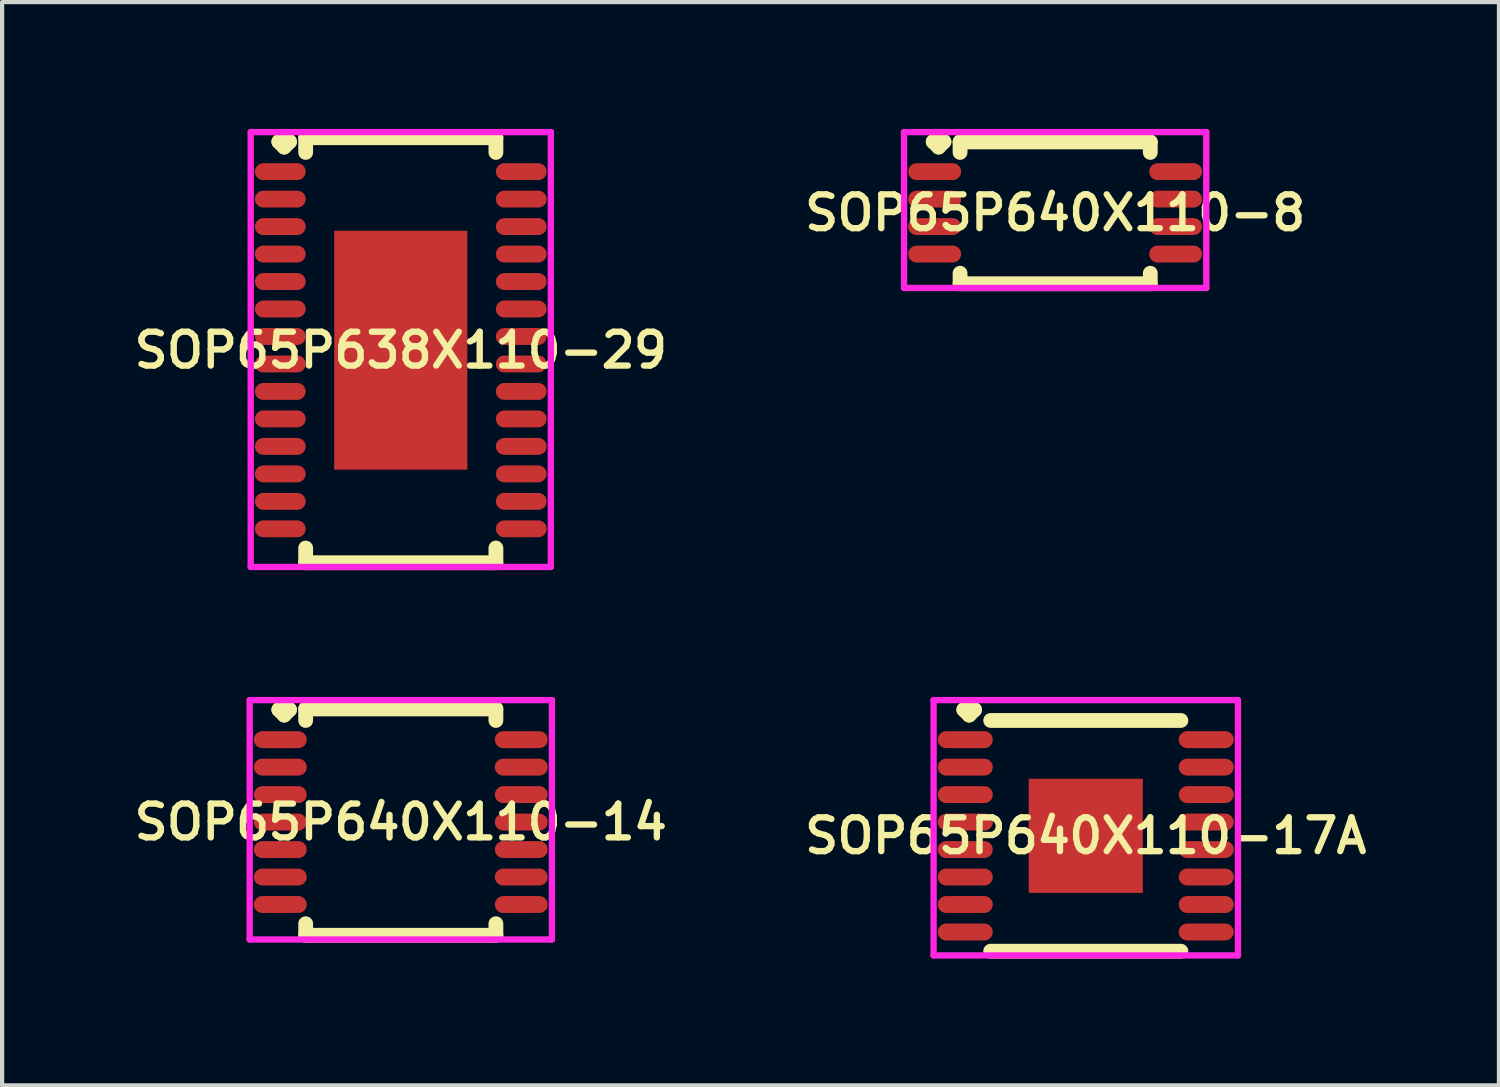
<source format=kicad_pcb>
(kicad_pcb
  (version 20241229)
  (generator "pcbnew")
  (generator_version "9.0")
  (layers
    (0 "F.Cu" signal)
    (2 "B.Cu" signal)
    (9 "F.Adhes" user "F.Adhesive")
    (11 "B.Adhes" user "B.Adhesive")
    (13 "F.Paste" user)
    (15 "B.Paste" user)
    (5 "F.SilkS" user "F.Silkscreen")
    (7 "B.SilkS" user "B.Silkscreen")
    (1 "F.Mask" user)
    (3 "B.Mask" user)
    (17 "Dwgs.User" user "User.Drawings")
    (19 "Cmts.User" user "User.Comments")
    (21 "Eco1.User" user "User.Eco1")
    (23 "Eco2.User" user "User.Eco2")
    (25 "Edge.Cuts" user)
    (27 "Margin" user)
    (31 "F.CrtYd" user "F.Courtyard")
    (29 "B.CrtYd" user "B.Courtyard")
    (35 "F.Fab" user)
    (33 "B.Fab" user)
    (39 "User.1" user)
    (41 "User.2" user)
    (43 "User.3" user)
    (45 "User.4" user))
  (footprint "SOP65P640X110-8"
    (layer "F.Cu")
    (at 21.911 1.985)
    (property "Reference" "SOP65P640X110-8" (at 0 0 0) (layer "F.SilkS") (effects (font (size 0.8 0.8) (thickness 0.15))))
    (attr smd)
    (fp_line (start -2.885 -1.683) (end -2.758 -1.81) (stroke (width 0.35) (type solid)) (layer "F.SilkS"))
    (fp_line (start -2.758 -1.81) (end -2.631 -1.683) (stroke (width 0.35) (type solid)) (layer "F.SilkS"))
    (fp_line (start -2.758 -1.556) (end -2.885 -1.683) (stroke (width 0.35) (type solid)) (layer "F.SilkS"))
    (fp_line (start -2.631 -1.683) (end -2.758 -1.556) (stroke (width 0.35) (type solid)) (layer "F.SilkS"))
    (fp_line (start -2.25 -1.677) (end 2.25 -1.677) (stroke (width 0.35) (type solid)) (layer "F.SilkS"))
    (fp_line (start -2.25 -1.429) (end -2.25 -1.677) (stroke (width 0.35) (type solid)) (layer "F.SilkS"))
    (fp_line (start -2.25 1.429) (end -2.25 1.677) (stroke (width 0.35) (type solid)) (layer "F.SilkS"))
    (fp_line (start -2.25 1.677) (end 2.25 1.677) (stroke (width 0.35) (type solid)) (layer "F.SilkS"))
    (fp_line (start 2.25 -1.677) (end 2.25 -1.429) (stroke (width 0.35) (type solid)) (layer "F.SilkS"))
    (fp_line (start 2.25 1.677) (end 2.25 1.429) (stroke (width 0.35) (type solid)) (layer "F.SilkS"))
    (fp_line (start -3.575 -1.91) (end 3.575 -1.91) (stroke (width 0.15) (type solid)) (layer "F.CrtYd"))
    (fp_line (start -3.575 1.777) (end -3.575 -1.91) (stroke (width 0.15) (type solid)) (layer "F.CrtYd"))
    (fp_line (start 3.575 -1.91) (end 3.575 1.777) (stroke (width 0.15) (type solid)) (layer "F.CrtYd"))
    (fp_line (start 3.575 1.777) (end -3.575 1.777) (stroke (width 0.15) (type solid)) (layer "F.CrtYd"))
    (pad "1" smd oval (at -2.85 -0.975) (size 1.25 0.4) (layers "F.Cu" "F.Mask" "F.Paste"))
    (pad "2" smd oval (at -2.85 -0.325) (size 1.25 0.4) (layers "F.Cu" "F.Mask" "F.Paste"))
    (pad "3" smd oval (at -2.85 0.325) (size 1.25 0.4) (layers "F.Cu" "F.Mask" "F.Paste"))
    (pad "4" smd oval (at -2.85 0.975) (size 1.25 0.4) (layers "F.Cu" "F.Mask" "F.Paste"))
    (pad "5" smd oval (at 2.85 0.975) (size 1.25 0.4) (layers "F.Cu" "F.Mask" "F.Paste"))
    (pad "6" smd oval (at 2.85 0.325) (size 1.25 0.4) (layers "F.Cu" "F.Mask" "F.Paste"))
    (pad "7" smd oval (at 2.85 -0.325) (size 1.25 0.4) (layers "F.Cu" "F.Mask" "F.Paste"))
    (pad "8" smd oval (at 2.85 -0.975) (size 1.25 0.4) (layers "F.Cu" "F.Mask" "F.Paste")))
  (footprint "SOP65P640X110-14"
    (layer "F.Cu")
    (at 6.431 16.397)
    (property "Reference" "SOP65P640X110-14" (at 0 0 0) (layer "F.SilkS") (effects (font (size 0.8 0.8) (thickness 0.15))))
    (attr smd)
    (fp_line (start -2.885 -2.658) (end -2.758 -2.785) (stroke (width 0.35) (type solid)) (layer "F.SilkS"))
    (fp_line (start -2.758 -2.785) (end -2.631 -2.658) (stroke (width 0.35) (type solid)) (layer "F.SilkS"))
    (fp_line (start -2.758 -2.531) (end -2.885 -2.658) (stroke (width 0.35) (type solid)) (layer "F.SilkS"))
    (fp_line (start -2.631 -2.658) (end -2.758 -2.531) (stroke (width 0.35) (type solid)) (layer "F.SilkS"))
    (fp_line (start -2.25 -2.677) (end 2.25 -2.677) (stroke (width 0.35) (type solid)) (layer "F.SilkS"))
    (fp_line (start -2.25 -2.404) (end -2.25 -2.677) (stroke (width 0.35) (type solid)) (layer "F.SilkS"))
    (fp_line (start -2.25 2.404) (end -2.25 2.677) (stroke (width 0.35) (type solid)) (layer "F.SilkS"))
    (fp_line (start -2.25 2.677) (end 2.25 2.677) (stroke (width 0.35) (type solid)) (layer "F.SilkS"))
    (fp_line (start 2.25 -2.677) (end 2.25 -2.404) (stroke (width 0.35) (type solid)) (layer "F.SilkS"))
    (fp_line (start 2.25 2.677) (end 2.25 2.404) (stroke (width 0.35) (type solid)) (layer "F.SilkS"))
    (fp_line (start -3.575 -2.885) (end 3.575 -2.885) (stroke (width 0.15) (type solid)) (layer "F.CrtYd"))
    (fp_line (start -3.575 2.777) (end -3.575 -2.885) (stroke (width 0.15) (type solid)) (layer "F.CrtYd"))
    (fp_line (start 3.575 -2.885) (end 3.575 2.777) (stroke (width 0.15) (type solid)) (layer "F.CrtYd"))
    (fp_line (start 3.575 2.777) (end -3.575 2.777) (stroke (width 0.15) (type solid)) (layer "F.CrtYd"))
    (pad "1" smd oval (at -2.85 -1.95) (size 1.25 0.4) (layers "F.Cu" "F.Mask" "F.Paste"))
    (pad "2" smd oval (at -2.85 -1.3) (size 1.25 0.4) (layers "F.Cu" "F.Mask" "F.Paste"))
    (pad "3" smd oval (at -2.85 -0.65) (size 1.25 0.4) (layers "F.Cu" "F.Mask" "F.Paste"))
    (pad "4" smd oval (at -2.85 0) (size 1.25 0.4) (layers "F.Cu" "F.Mask" "F.Paste"))
    (pad "5" smd oval (at -2.85 0.65) (size 1.25 0.4) (layers "F.Cu" "F.Mask" "F.Paste"))
    (pad "6" smd oval (at -2.85 1.3) (size 1.25 0.4) (layers "F.Cu" "F.Mask" "F.Paste"))
    (pad "7" smd oval (at -2.85 1.95) (size 1.25 0.4) (layers "F.Cu" "F.Mask" "F.Paste"))
    (pad "8" smd oval (at 2.85 1.95) (size 1.25 0.4) (layers "F.Cu" "F.Mask" "F.Paste"))
    (pad "9" smd oval (at 2.85 1.3) (size 1.25 0.4) (layers "F.Cu" "F.Mask" "F.Paste"))
    (pad "10" smd oval (at 2.85 0.65) (size 1.25 0.4) (layers "F.Cu" "F.Mask" "F.Paste"))
    (pad "11" smd oval (at 2.85 0) (size 1.25 0.4) (layers "F.Cu" "F.Mask" "F.Paste"))
    (pad "12" smd oval (at 2.85 -0.65) (size 1.25 0.4) (layers "F.Cu" "F.Mask" "F.Paste"))
    (pad "13" smd oval (at 2.85 -1.3) (size 1.25 0.4) (layers "F.Cu" "F.Mask" "F.Paste"))
    (pad "14" smd oval (at 2.85 -1.95) (size 1.25 0.4) (layers "F.Cu" "F.Mask" "F.Paste")))
  (footprint "SOP65P638X110-29"
    (layer "F.Cu")
    (at 6.431 5.235)
    (property "Reference" "SOP65P638X110-29" (at 0 0 0) (layer "F.SilkS") (effects (font (size 0.8 0.8) (thickness 0.15))))
    (attr smd)
    (fp_line (start -2.885 -4.933) (end -2.758 -5.06) (stroke (width 0.35) (type solid)) (layer "F.SilkS"))
    (fp_line (start -2.758 -5.06) (end -2.631 -4.933) (stroke (width 0.35) (type solid)) (layer "F.SilkS"))
    (fp_line (start -2.758 -4.806) (end -2.885 -4.933) (stroke (width 0.35) (type solid)) (layer "F.SilkS"))
    (fp_line (start -2.631 -4.933) (end -2.758 -4.806) (stroke (width 0.35) (type solid)) (layer "F.SilkS"))
    (fp_line (start -2.25 -5.027) (end 2.25 -5.027) (stroke (width 0.35) (type solid)) (layer "F.SilkS"))
    (fp_line (start -2.25 -4.679) (end -2.25 -5.027) (stroke (width 0.35) (type solid)) (layer "F.SilkS"))
    (fp_line (start -2.25 4.679) (end -2.25 5.027) (stroke (width 0.35) (type solid)) (layer "F.SilkS"))
    (fp_line (start -2.25 5.027) (end 2.25 5.027) (stroke (width 0.35) (type solid)) (layer "F.SilkS"))
    (fp_line (start 2.25 -5.027) (end 2.25 -4.679) (stroke (width 0.35) (type solid)) (layer "F.SilkS"))
    (fp_line (start 2.25 5.027) (end 2.25 4.679) (stroke (width 0.35) (type solid)) (layer "F.SilkS"))
    (fp_line (start -3.55 -5.16) (end 3.55 -5.16) (stroke (width 0.15) (type solid)) (layer "F.CrtYd"))
    (fp_line (start -3.55 5.127) (end -3.55 -5.16) (stroke (width 0.15) (type solid)) (layer "F.CrtYd"))
    (fp_line (start 3.55 -5.16) (end 3.55 5.127) (stroke (width 0.15) (type solid)) (layer "F.CrtYd"))
    (fp_line (start 3.55 5.127) (end -3.55 5.127) (stroke (width 0.15) (type solid)) (layer "F.CrtYd"))
    (pad "1" smd oval (at -2.85 -4.225) (size 1.2 0.4) (layers "F.Cu" "F.Mask" "F.Paste"))
    (pad "2" smd oval (at -2.85 -3.575) (size 1.2 0.4) (layers "F.Cu" "F.Mask" "F.Paste"))
    (pad "3" smd oval (at -2.85 -2.925) (size 1.2 0.4) (layers "F.Cu" "F.Mask" "F.Paste"))
    (pad "4" smd oval (at -2.85 -2.275) (size 1.2 0.4) (layers "F.Cu" "F.Mask" "F.Paste"))
    (pad "5" smd oval (at -2.85 -1.625) (size 1.2 0.4) (layers "F.Cu" "F.Mask" "F.Paste"))
    (pad "6" smd oval (at -2.85 -0.975) (size 1.2 0.4) (layers "F.Cu" "F.Mask" "F.Paste"))
    (pad "7" smd oval (at -2.85 -0.325) (size 1.2 0.4) (layers "F.Cu" "F.Mask" "F.Paste"))
    (pad "8" smd oval (at -2.85 0.325) (size 1.2 0.4) (layers "F.Cu" "F.Mask" "F.Paste"))
    (pad "9" smd oval (at -2.85 0.975) (size 1.2 0.4) (layers "F.Cu" "F.Mask" "F.Paste"))
    (pad "10" smd oval (at -2.85 1.625) (size 1.2 0.4) (layers "F.Cu" "F.Mask" "F.Paste"))
    (pad "11" smd oval (at -2.85 2.275) (size 1.2 0.4) (layers "F.Cu" "F.Mask" "F.Paste"))
    (pad "12" smd oval (at -2.85 2.925) (size 1.2 0.4) (layers "F.Cu" "F.Mask" "F.Paste"))
    (pad "13" smd oval (at -2.85 3.575) (size 1.2 0.4) (layers "F.Cu" "F.Mask" "F.Paste"))
    (pad "14" smd oval (at -2.85 4.225) (size 1.2 0.4) (layers "F.Cu" "F.Mask" "F.Paste"))
    (pad "15" smd oval (at 2.85 4.225) (size 1.2 0.4) (layers "F.Cu" "F.Mask" "F.Paste"))
    (pad "16" smd oval (at 2.85 3.575) (size 1.2 0.4) (layers "F.Cu" "F.Mask" "F.Paste"))
    (pad "17" smd oval (at 2.85 2.925) (size 1.2 0.4) (layers "F.Cu" "F.Mask" "F.Paste"))
    (pad "18" smd oval (at 2.85 2.275) (size 1.2 0.4) (layers "F.Cu" "F.Mask" "F.Paste"))
    (pad "19" smd oval (at 2.85 1.625) (size 1.2 0.4) (layers "F.Cu" "F.Mask" "F.Paste"))
    (pad "20" smd oval (at 2.85 0.975) (size 1.2 0.4) (layers "F.Cu" "F.Mask" "F.Paste"))
    (pad "21" smd oval (at 2.85 0.325) (size 1.2 0.4) (layers "F.Cu" "F.Mask" "F.Paste"))
    (pad "22" smd oval (at 2.85 -0.325) (size 1.2 0.4) (layers "F.Cu" "F.Mask" "F.Paste"))
    (pad "23" smd oval (at 2.85 -0.975) (size 1.2 0.4) (layers "F.Cu" "F.Mask" "F.Paste"))
    (pad "24" smd oval (at 2.85 -1.625) (size 1.2 0.4) (layers "F.Cu" "F.Mask" "F.Paste"))
    (pad "25" smd oval (at 2.85 -2.275) (size 1.2 0.4) (layers "F.Cu" "F.Mask" "F.Paste"))
    (pad "26" smd oval (at 2.85 -2.925) (size 1.2 0.4) (layers "F.Cu" "F.Mask" "F.Paste"))
    (pad "27" smd oval (at 2.85 -3.575) (size 1.2 0.4) (layers "F.Cu" "F.Mask" "F.Paste"))
    (pad "28" smd oval (at 2.85 -4.225) (size 1.2 0.4) (layers "F.Cu" "F.Mask" "F.Paste"))
    (pad "29" smd rect (at 0 0) (size 3.15 5.65) (layers "F.Cu" "F.Mask" "F.Paste")))
  (footprint "SOP65P640X110-17A"
    (layer "F.Cu")
    (at 22.635 16.722)
    (property "Reference" "SOP65P640X110-17A" (at 0 0 0) (layer "F.SilkS") (effects (font (size 0.8 0.8) (thickness 0.15))))
    (attr smd)
    (fp_line (start -2.885 -2.983) (end -2.758 -3.11) (stroke (width 0.35) (type solid)) (layer "F.SilkS"))
    (fp_line (start -2.758 -3.11) (end -2.631 -2.983) (stroke (width 0.35) (type solid)) (layer "F.SilkS"))
    (fp_line (start -2.758 -2.856) (end -2.885 -2.983) (stroke (width 0.35) (type solid)) (layer "F.SilkS"))
    (fp_line (start -2.631 -2.983) (end -2.758 -2.856) (stroke (width 0.35) (type solid)) (layer "F.SilkS"))
    (fp_line (start -2.25 -2.729) (end 2.25 -2.729) (stroke (width 0.35) (type solid)) (layer "F.SilkS"))
    (fp_line (start -2.25 2.729) (end 2.25 2.729) (stroke (width 0.35) (type solid)) (layer "F.SilkS"))
    (fp_line (start -3.6 -3.21) (end 3.6 -3.21) (stroke (width 0.15) (type solid)) (layer "F.CrtYd"))
    (fp_line (start -3.6 2.829) (end -3.6 -3.21) (stroke (width 0.15) (type solid)) (layer "F.CrtYd"))
    (fp_line (start 3.6 -3.21) (end 3.6 2.829) (stroke (width 0.15) (type solid)) (layer "F.CrtYd"))
    (fp_line (start 3.6 2.829) (end -3.6 2.829) (stroke (width 0.15) (type solid)) (layer "F.CrtYd"))
    (pad "1" smd oval (at -2.85 -2.275) (size 1.3 0.4) (layers "F.Cu" "F.Mask" "F.Paste"))
    (pad "2" smd oval (at -2.85 -1.625) (size 1.3 0.4) (layers "F.Cu" "F.Mask" "F.Paste"))
    (pad "3" smd oval (at -2.85 -0.975) (size 1.3 0.4) (layers "F.Cu" "F.Mask" "F.Paste"))
    (pad "4" smd oval (at -2.85 -0.325) (size 1.3 0.4) (layers "F.Cu" "F.Mask" "F.Paste"))
    (pad "5" smd oval (at -2.85 0.325) (size 1.3 0.4) (layers "F.Cu" "F.Mask" "F.Paste"))
    (pad "6" smd oval (at -2.85 0.975) (size 1.3 0.4) (layers "F.Cu" "F.Mask" "F.Paste"))
    (pad "7" smd oval (at -2.85 1.625) (size 1.3 0.4) (layers "F.Cu" "F.Mask" "F.Paste"))
    (pad "8" smd oval (at -2.85 2.275) (size 1.3 0.4) (layers "F.Cu" "F.Mask" "F.Paste"))
    (pad "9" smd oval (at 2.85 2.275) (size 1.3 0.4) (layers "F.Cu" "F.Mask" "F.Paste"))
    (pad "10" smd oval (at 2.85 1.625) (size 1.3 0.4) (layers "F.Cu" "F.Mask" "F.Paste"))
    (pad "11" smd oval (at 2.85 0.975) (size 1.3 0.4) (layers "F.Cu" "F.Mask" "F.Paste"))
    (pad "12" smd oval (at 2.85 0.325) (size 1.3 0.4) (layers "F.Cu" "F.Mask" "F.Paste"))
    (pad "13" smd oval (at 2.85 -0.325) (size 1.3 0.4) (layers "F.Cu" "F.Mask" "F.Paste"))
    (pad "14" smd oval (at 2.85 -0.975) (size 1.3 0.4) (layers "F.Cu" "F.Mask" "F.Paste"))
    (pad "15" smd oval (at 2.85 -1.625) (size 1.3 0.4) (layers "F.Cu" "F.Mask" "F.Paste"))
    (pad "16" smd oval (at 2.85 -2.275) (size 1.3 0.4) (layers "F.Cu" "F.Mask" "F.Paste"))
    (pad "17" smd rect (at 0 0) (size 2.7 2.7) (layers "F.Cu" "F.Mask" "F.Paste")))
  (gr_rect
    (start -3 -3)
    (end 32.409 22.626)
    (stroke (width 0.1) (type default))
    (fill no)
    (layer "Edge.Cuts")))
</source>
